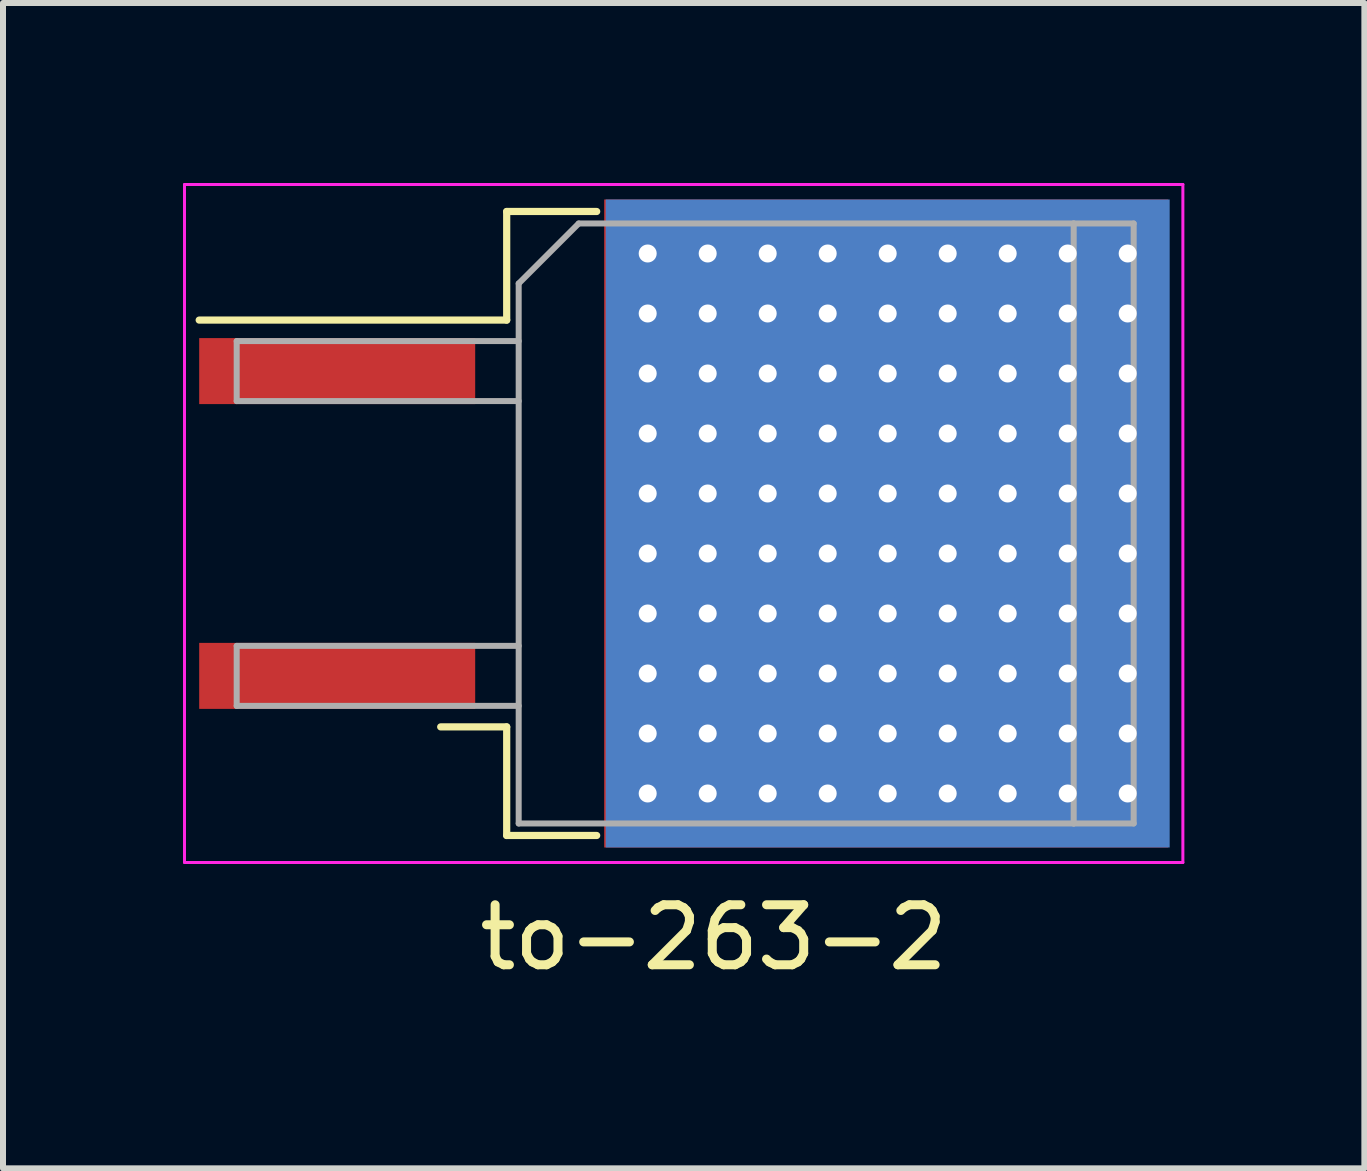
<source format=kicad_pcb>
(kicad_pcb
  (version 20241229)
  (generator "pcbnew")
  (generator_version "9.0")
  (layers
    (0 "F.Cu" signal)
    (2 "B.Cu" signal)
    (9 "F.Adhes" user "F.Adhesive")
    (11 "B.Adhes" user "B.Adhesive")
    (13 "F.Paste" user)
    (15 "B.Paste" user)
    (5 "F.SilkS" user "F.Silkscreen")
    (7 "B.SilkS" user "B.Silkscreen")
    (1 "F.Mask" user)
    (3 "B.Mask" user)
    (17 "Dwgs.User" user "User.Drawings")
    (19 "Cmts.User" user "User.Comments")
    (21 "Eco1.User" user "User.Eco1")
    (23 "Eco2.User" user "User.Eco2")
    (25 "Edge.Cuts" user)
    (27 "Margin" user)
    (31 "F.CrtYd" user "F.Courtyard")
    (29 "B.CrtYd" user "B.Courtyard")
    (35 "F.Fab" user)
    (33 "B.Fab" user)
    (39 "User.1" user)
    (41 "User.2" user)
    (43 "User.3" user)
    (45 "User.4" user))
  (footprint "to-263-2"
    (layer "F.Cu")
    (at 2.545 3.175)
    (property "Reference" "to-263-2" (at 6.3 9.4 0) (layer "F.SilkS") (effects (font (size 1 1) (thickness 0.15))))
    (attr through_hole)
    (fp_line (start 2.85 -2.7) (end 2.85 -0.89) (stroke (width 0.12) (type solid)) (layer "F.SilkS"))
    (fp_line (start 2.85 -0.89) (end -2.275 -0.89) (stroke (width 0.12) (type solid)) (layer "F.SilkS"))
    (fp_line (start 2.85 5.89) (end 1.75 5.89) (stroke (width 0.12) (type solid)) (layer "F.SilkS"))
    (fp_line (start 2.85 7.7) (end 2.85 5.89) (stroke (width 0.12) (type solid)) (layer "F.SilkS"))
    (fp_line (start 4.35 -2.7) (end 2.85 -2.7) (stroke (width 0.12) (type solid)) (layer "F.SilkS"))
    (fp_line (start 4.35 7.7) (end 2.85 7.7) (stroke (width 0.12) (type solid)) (layer "F.SilkS"))
    (fp_line (start -2.52 -3.15) (end -2.52 8.15) (stroke (width 0.05) (type solid)) (layer "F.CrtYd"))
    (fp_line (start -2.52 8.15) (end 14.12 8.15) (stroke (width 0.05) (type solid)) (layer "F.CrtYd"))
    (fp_line (start 14.12 -3.15) (end -2.52 -3.15) (stroke (width 0.05) (type solid)) (layer "F.CrtYd"))
    (fp_line (start 14.12 8.15) (end 14.12 -3.15) (stroke (width 0.05) (type solid)) (layer "F.CrtYd"))
    (fp_line (start -1.65 -0.54) (end -1.65 0.46) (stroke (width 0.1) (type solid)) (layer "F.Fab"))
    (fp_line (start -1.65 0.46) (end 3.05 0.46) (stroke (width 0.1) (type solid)) (layer "F.Fab"))
    (fp_line (start -1.65 4.54) (end -1.65 5.54) (stroke (width 0.1) (type solid)) (layer "F.Fab"))
    (fp_line (start -1.65 5.54) (end 3.05 5.54) (stroke (width 0.1) (type solid)) (layer "F.Fab"))
    (fp_line (start 3.05 -1.5) (end 4.05 -2.5) (stroke (width 0.1) (type solid)) (layer "F.Fab"))
    (fp_line (start 3.05 -0.54) (end -1.65 -0.54) (stroke (width 0.1) (type solid)) (layer "F.Fab"))
    (fp_line (start 3.05 4.54) (end -1.65 4.54) (stroke (width 0.1) (type solid)) (layer "F.Fab"))
    (fp_line (start 3.05 7.5) (end 3.05 -1.5) (stroke (width 0.1) (type solid)) (layer "F.Fab"))
    (fp_line (start 4.05 -2.5) (end 12.3 -2.5) (stroke (width 0.1) (type solid)) (layer "F.Fab"))
    (fp_line (start 12.3 -2.5) (end 12.3 7.5) (stroke (width 0.1) (type solid)) (layer "F.Fab"))
    (fp_line (start 12.3 -2.5) (end 13.3 -2.5) (stroke (width 0.1) (type solid)) (layer "F.Fab"))
    (fp_line (start 12.3 7.5) (end 3.05 7.5) (stroke (width 0.1) (type solid)) (layer "F.Fab"))
    (fp_line (start 13.3 -2.5) (end 13.3 7.5) (stroke (width 0.1) (type solid)) (layer "F.Fab"))
    (fp_line (start 13.3 7.5) (end 12.3 7.5) (stroke (width 0.1) (type solid)) (layer "F.Fab"))
    (pad "" smd rect (at 6.75 -0.275) (size 4.55 5.25) (layers "F.Paste"))
    (pad "" smd rect (at 6.75 5.275) (size 4.55 5.25) (layers "F.Paste"))
    (pad "" smd rect (at 11.6 -0.275) (size 4.55 5.25) (layers "F.Paste"))
    (pad "" smd rect (at 11.6 5.275) (size 4.55 5.25) (layers "F.Paste"))
    (pad "1" smd rect (at 0.025 -0.04) (size 4.6 1.1) (layers "F.Cu" "F.Mask" "F.Paste"))
    (pad "2" thru_hole circle (at 5.2 -2) (size 0.6 0.6) (drill 0.3) (layers "*.Cu"))
    (pad "2" thru_hole circle (at 5.2 -1) (size 0.6 0.6) (drill 0.3) (layers "*.Cu"))
    (pad "2" thru_hole circle (at 5.2 0) (size 0.6 0.6) (drill 0.3) (layers "*.Cu"))
    (pad "2" thru_hole circle (at 5.2 1) (size 0.6 0.6) (drill 0.3) (layers "*.Cu"))
    (pad "2" thru_hole circle (at 5.2 2) (size 0.6 0.6) (drill 0.3) (layers "*.Cu"))
    (pad "2" thru_hole circle (at 5.2 3) (size 0.6 0.6) (drill 0.3) (layers "*.Cu"))
    (pad "2" thru_hole circle (at 5.2 4) (size 0.6 0.6) (drill 0.3) (layers "*.Cu"))
    (pad "2" thru_hole circle (at 5.2 5) (size 0.6 0.6) (drill 0.3) (layers "*.Cu"))
    (pad "2" thru_hole circle (at 5.2 6) (size 0.6 0.6) (drill 0.3) (layers "*.Cu"))
    (pad "2" thru_hole circle (at 5.2 7) (size 0.6 0.6) (drill 0.3) (layers "*.Cu"))
    (pad "2" thru_hole circle (at 6.2 -2) (size 0.6 0.6) (drill 0.3) (layers "*.Cu"))
    (pad "2" thru_hole circle (at 6.2 -1) (size 0.6 0.6) (drill 0.3) (layers "*.Cu"))
    (pad "2" thru_hole circle (at 6.2 0) (size 0.6 0.6) (drill 0.3) (layers "*.Cu"))
    (pad "2" thru_hole circle (at 6.2 1) (size 0.6 0.6) (drill 0.3) (layers "*.Cu"))
    (pad "2" thru_hole circle (at 6.2 2) (size 0.6 0.6) (drill 0.3) (layers "*.Cu"))
    (pad "2" thru_hole circle (at 6.2 3) (size 0.6 0.6) (drill 0.3) (layers "*.Cu"))
    (pad "2" thru_hole circle (at 6.2 4) (size 0.6 0.6) (drill 0.3) (layers "*.Cu"))
    (pad "2" thru_hole circle (at 6.2 5) (size 0.6 0.6) (drill 0.3) (layers "*.Cu"))
    (pad "2" thru_hole circle (at 6.2 6) (size 0.6 0.6) (drill 0.3) (layers "*.Cu"))
    (pad "2" thru_hole circle (at 6.2 7) (size 0.6 0.6) (drill 0.3) (layers "*.Cu"))
    (pad "2" thru_hole circle (at 7.2 -2) (size 0.6 0.6) (drill 0.3) (layers "*.Cu"))
    (pad "2" thru_hole circle (at 7.2 -1) (size 0.6 0.6) (drill 0.3) (layers "*.Cu"))
    (pad "2" thru_hole circle (at 7.2 0) (size 0.6 0.6) (drill 0.3) (layers "*.Cu"))
    (pad "2" thru_hole circle (at 7.2 1) (size 0.6 0.6) (drill 0.3) (layers "*.Cu"))
    (pad "2" thru_hole circle (at 7.2 2) (size 0.6 0.6) (drill 0.3) (layers "*.Cu"))
    (pad "2" thru_hole circle (at 7.2 3) (size 0.6 0.6) (drill 0.3) (layers "*.Cu"))
    (pad "2" thru_hole circle (at 7.2 4) (size 0.6 0.6) (drill 0.3) (layers "*.Cu"))
    (pad "2" thru_hole circle (at 7.2 5) (size 0.6 0.6) (drill 0.3) (layers "*.Cu"))
    (pad "2" thru_hole circle (at 7.2 6) (size 0.6 0.6) (drill 0.3) (layers "*.Cu"))
    (pad "2" thru_hole circle (at 7.2 7) (size 0.6 0.6) (drill 0.3) (layers "*.Cu"))
    (pad "2" thru_hole circle (at 8.2 -2) (size 0.6 0.6) (drill 0.3) (layers "*.Cu"))
    (pad "2" thru_hole circle (at 8.2 -1) (size 0.6 0.6) (drill 0.3) (layers "*.Cu"))
    (pad "2" thru_hole circle (at 8.2 0) (size 0.6 0.6) (drill 0.3) (layers "*.Cu"))
    (pad "2" thru_hole circle (at 8.2 1) (size 0.6 0.6) (drill 0.3) (layers "*.Cu"))
    (pad "2" thru_hole circle (at 8.2 2) (size 0.6 0.6) (drill 0.3) (layers "*.Cu"))
    (pad "2" thru_hole circle (at 8.2 3) (size 0.6 0.6) (drill 0.3) (layers "*.Cu"))
    (pad "2" thru_hole circle (at 8.2 4) (size 0.6 0.6) (drill 0.3) (layers "*.Cu"))
    (pad "2" thru_hole circle (at 8.2 5) (size 0.6 0.6) (drill 0.3) (layers "*.Cu"))
    (pad "2" thru_hole circle (at 8.2 6) (size 0.6 0.6) (drill 0.3) (layers "*.Cu"))
    (pad "2" thru_hole circle (at 8.2 7) (size 0.6 0.6) (drill 0.3) (layers "*.Cu"))
    (pad "2" smd rect (at 9.175 2.5) (size 9.4 10.8) (layers "F.Cu" "F.Mask"))
    (pad "2" thru_hole circle (at 9.2 -2) (size 0.6 0.6) (drill 0.3) (layers "*.Cu"))
    (pad "2" thru_hole circle (at 9.2 -1) (size 0.6 0.6) (drill 0.3) (layers "*.Cu"))
    (pad "2" thru_hole circle (at 9.2 0) (size 0.6 0.6) (drill 0.3) (layers "*.Cu"))
    (pad "2" thru_hole circle (at 9.2 1) (size 0.6 0.6) (drill 0.3) (layers "*.Cu"))
    (pad "2" thru_hole circle (at 9.2 2) (size 0.6 0.6) (drill 0.3) (layers "*.Cu"))
    (pad "2" smd rect (at 9.2 2.5) (size 9.4 10.8) (layers "B.Cu"))
    (pad "2" thru_hole circle (at 9.2 3) (size 0.6 0.6) (drill 0.3) (layers "*.Cu"))
    (pad "2" thru_hole circle (at 9.2 4) (size 0.6 0.6) (drill 0.3) (layers "*.Cu"))
    (pad "2" thru_hole circle (at 9.2 5) (size 0.6 0.6) (drill 0.3) (layers "*.Cu"))
    (pad "2" thru_hole circle (at 9.2 6) (size 0.6 0.6) (drill 0.3) (layers "*.Cu"))
    (pad "2" thru_hole circle (at 9.2 7) (size 0.6 0.6) (drill 0.3) (layers "*.Cu"))
    (pad "2" thru_hole circle (at 10.2 -2) (size 0.6 0.6) (drill 0.3) (layers "*.Cu"))
    (pad "2" thru_hole circle (at 10.2 -1) (size 0.6 0.6) (drill 0.3) (layers "*.Cu"))
    (pad "2" thru_hole circle (at 10.2 0) (size 0.6 0.6) (drill 0.3) (layers "*.Cu"))
    (pad "2" thru_hole circle (at 10.2 1) (size 0.6 0.6) (drill 0.3) (layers "*.Cu"))
    (pad "2" thru_hole circle (at 10.2 2) (size 0.6 0.6) (drill 0.3) (layers "*.Cu"))
    (pad "2" thru_hole circle (at 10.2 3) (size 0.6 0.6) (drill 0.3) (layers "*.Cu"))
    (pad "2" thru_hole circle (at 10.2 4) (size 0.6 0.6) (drill 0.3) (layers "*.Cu"))
    (pad "2" thru_hole circle (at 10.2 5) (size 0.6 0.6) (drill 0.3) (layers "*.Cu"))
    (pad "2" thru_hole circle (at 10.2 6) (size 0.6 0.6) (drill 0.3) (layers "*.Cu"))
    (pad "2" thru_hole circle (at 10.2 7) (size 0.6 0.6) (drill 0.3) (layers "*.Cu"))
    (pad "2" thru_hole circle (at 11.2 -2) (size 0.6 0.6) (drill 0.3) (layers "*.Cu"))
    (pad "2" thru_hole circle (at 11.2 -1) (size 0.6 0.6) (drill 0.3) (layers "*.Cu"))
    (pad "2" thru_hole circle (at 11.2 0) (size 0.6 0.6) (drill 0.3) (layers "*.Cu"))
    (pad "2" thru_hole circle (at 11.2 1) (size 0.6 0.6) (drill 0.3) (layers "*.Cu"))
    (pad "2" thru_hole circle (at 11.2 2) (size 0.6 0.6) (drill 0.3) (layers "*.Cu"))
    (pad "2" thru_hole circle (at 11.2 3) (size 0.6 0.6) (drill 0.3) (layers "*.Cu"))
    (pad "2" thru_hole circle (at 11.2 4) (size 0.6 0.6) (drill 0.3) (layers "*.Cu"))
    (pad "2" thru_hole circle (at 11.2 5) (size 0.6 0.6) (drill 0.3) (layers "*.Cu"))
    (pad "2" thru_hole circle (at 11.2 6) (size 0.6 0.6) (drill 0.3) (layers "*.Cu"))
    (pad "2" thru_hole circle (at 11.2 7) (size 0.6 0.6) (drill 0.3) (layers "*.Cu"))
    (pad "2" thru_hole circle (at 12.2 -2) (size 0.6 0.6) (drill 0.3) (layers "*.Cu"))
    (pad "2" thru_hole circle (at 12.2 -1) (size 0.6 0.6) (drill 0.3) (layers "*.Cu"))
    (pad "2" thru_hole circle (at 12.2 0) (size 0.6 0.6) (drill 0.3) (layers "*.Cu"))
    (pad "2" thru_hole circle (at 12.2 1) (size 0.6 0.6) (drill 0.3) (layers "*.Cu"))
    (pad "2" thru_hole circle (at 12.2 2) (size 0.6 0.6) (drill 0.3) (layers "*.Cu"))
    (pad "2" thru_hole circle (at 12.2 3) (size 0.6 0.6) (drill 0.3) (layers "*.Cu"))
    (pad "2" thru_hole circle (at 12.2 4) (size 0.6 0.6) (drill 0.3) (layers "*.Cu"))
    (pad "2" thru_hole circle (at 12.2 5) (size 0.6 0.6) (drill 0.3) (layers "*.Cu"))
    (pad "2" thru_hole circle (at 12.2 6) (size 0.6 0.6) (drill 0.3) (layers "*.Cu"))
    (pad "2" thru_hole circle (at 12.2 7) (size 0.6 0.6) (drill 0.3) (layers "*.Cu"))
    (pad "2" thru_hole circle (at 13.2 -2) (size 0.6 0.6) (drill 0.3) (layers "*.Cu"))
    (pad "2" thru_hole circle (at 13.2 -1) (size 0.6 0.6) (drill 0.3) (layers "*.Cu"))
    (pad "2" thru_hole circle (at 13.2 0) (size 0.6 0.6) (drill 0.3) (layers "*.Cu"))
    (pad "2" thru_hole circle (at 13.2 1) (size 0.6 0.6) (drill 0.3) (layers "*.Cu"))
    (pad "2" thru_hole circle (at 13.2 2) (size 0.6 0.6) (drill 0.3) (layers "*.Cu"))
    (pad "2" thru_hole circle (at 13.2 3) (size 0.6 0.6) (drill 0.3) (layers "*.Cu"))
    (pad "2" thru_hole circle (at 13.2 4) (size 0.6 0.6) (drill 0.3) (layers "*.Cu"))
    (pad "2" thru_hole circle (at 13.2 5) (size 0.6 0.6) (drill 0.3) (layers "*.Cu"))
    (pad "2" thru_hole circle (at 13.2 6) (size 0.6 0.6) (drill 0.3) (layers "*.Cu"))
    (pad "2" thru_hole circle (at 13.2 7) (size 0.6 0.6) (drill 0.3) (layers "*.Cu"))
    (pad "3" smd rect (at 0.025 5.04) (size 4.6 1.1) (layers "F.Cu" "F.Mask" "F.Paste")))
  (gr_rect
    (start -3 -3)
    (end 19.69 16.423)
    (stroke (width 0.1) (type default))
    (fill no)
    (layer "Edge.Cuts")))
</source>
